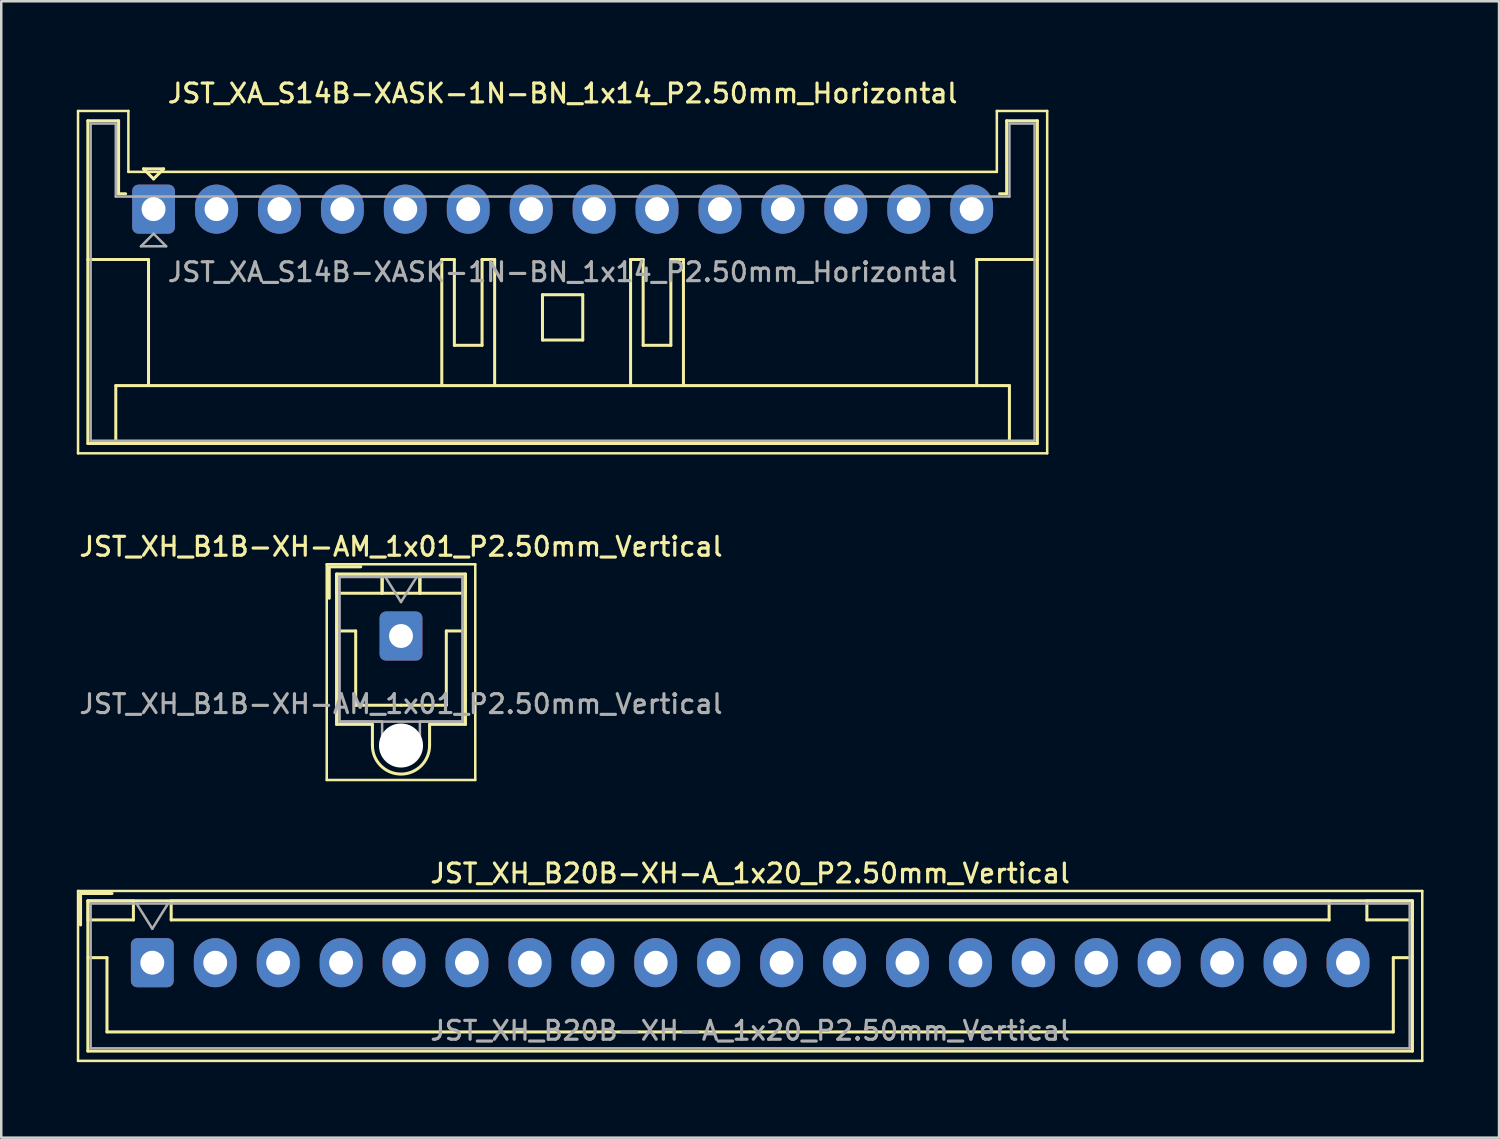
<source format=kicad_pcb>
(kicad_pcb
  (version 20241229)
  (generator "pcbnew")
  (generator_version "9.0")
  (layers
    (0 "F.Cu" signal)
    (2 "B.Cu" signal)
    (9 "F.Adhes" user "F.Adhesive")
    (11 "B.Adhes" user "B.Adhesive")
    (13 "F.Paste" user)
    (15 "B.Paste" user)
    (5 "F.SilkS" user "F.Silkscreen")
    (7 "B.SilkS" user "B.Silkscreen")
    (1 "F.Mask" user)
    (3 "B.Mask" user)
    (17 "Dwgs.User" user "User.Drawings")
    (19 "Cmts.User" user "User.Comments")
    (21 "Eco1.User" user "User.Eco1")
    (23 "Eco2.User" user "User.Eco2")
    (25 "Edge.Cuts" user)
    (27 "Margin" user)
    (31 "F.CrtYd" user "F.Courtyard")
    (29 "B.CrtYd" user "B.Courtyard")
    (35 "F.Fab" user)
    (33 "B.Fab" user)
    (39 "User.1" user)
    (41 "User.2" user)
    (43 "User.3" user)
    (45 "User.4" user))
  (footprint "JST_XH_B1B-XH-AM_1x01_P2.50mm_Vertical"
    (layer "F.Cu")
    (at 12.88 22.216)
    (property "Reference" "JST_XH_B1B-XH-AM_1x01_P2.50mm_Vertical" (at 0 -3.55 0) (layer "F.SilkS") (effects (font (size 0.75 0.75) (thickness 0.125))))
    (attr through_hole)
    (fp_line (start -2.95 -2.85) (end -2.95 5.72) (stroke (width 0.1) (type solid)) (layer "F.SilkS"))
    (fp_line (start -2.95 5.72) (end 2.95 5.72) (stroke (width 0.1) (type solid)) (layer "F.SilkS"))
    (fp_line (start -2.85 -2.75) (end -2.85 -1.5) (stroke (width 0.12) (type solid)) (layer "F.SilkS"))
    (fp_line (start -2.56 -2.46) (end 2.56 -2.46) (stroke (width 0.12) (type solid)) (layer "F.SilkS"))
    (fp_line (start -2.56 3.51) (end -2.56 -2.46) (stroke (width 0.12) (type solid)) (layer "F.SilkS"))
    (fp_line (start -2.55 -2.45) (end -2.55 -1.7) (stroke (width 0.12) (type solid)) (layer "F.SilkS"))
    (fp_line (start -2.55 -1.7) (end -0.75 -1.7) (stroke (width 0.12) (type solid)) (layer "F.SilkS"))
    (fp_line (start -2.55 -0.2) (end -1.8 -0.2) (stroke (width 0.12) (type solid)) (layer "F.SilkS"))
    (fp_line (start -1.8 -0.2) (end -1.8 2.75) (stroke (width 0.12) (type solid)) (layer "F.SilkS"))
    (fp_line (start -1.8 2.75) (end 0 2.75) (stroke (width 0.12) (type solid)) (layer "F.SilkS"))
    (fp_line (start -1.6 -2.75) (end -2.85 -2.75) (stroke (width 0.12) (type solid)) (layer "F.SilkS"))
    (fp_line (start -1.135 3.51) (end -2.56 3.51) (stroke (width 0.12) (type solid)) (layer "F.SilkS"))
    (fp_line (start -1.135 4.35) (end -1.135 3.51) (stroke (width 0.12) (type solid)) (layer "F.SilkS"))
    (fp_line (start -0.75 -2.45) (end -2.55 -2.45) (stroke (width 0.12) (type solid)) (layer "F.SilkS"))
    (fp_line (start -0.75 -2.45) (end 0.75 -2.45) (stroke (width 0.12) (type solid)) (layer "F.SilkS"))
    (fp_line (start -0.75 -1.7) (end -0.75 -2.45) (stroke (width 0.12) (type solid)) (layer "F.SilkS"))
    (fp_line (start -0.75 -1.7) (end -0.75 -2.45) (stroke (width 0.12) (type solid)) (layer "F.SilkS"))
    (fp_line (start 0.75 -2.45) (end 0.75 -1.7) (stroke (width 0.12) (type solid)) (layer "F.SilkS"))
    (fp_line (start 0.75 -2.45) (end 0.75 -1.7) (stroke (width 0.12) (type solid)) (layer "F.SilkS"))
    (fp_line (start 0.75 -1.7) (end -0.75 -1.7) (stroke (width 0.12) (type solid)) (layer "F.SilkS"))
    (fp_line (start 0.75 -1.7) (end 2.55 -1.7) (stroke (width 0.12) (type solid)) (layer "F.SilkS"))
    (fp_line (start 1.135 3.51) (end 1.135 4.35) (stroke (width 0.12) (type solid)) (layer "F.SilkS"))
    (fp_line (start 1.8 -0.2) (end 1.8 2.75) (stroke (width 0.12) (type solid)) (layer "F.SilkS"))
    (fp_line (start 1.8 2.75) (end 0 2.75) (stroke (width 0.12) (type solid)) (layer "F.SilkS"))
    (fp_line (start 2.55 -2.45) (end 0.75 -2.45) (stroke (width 0.12) (type solid)) (layer "F.SilkS"))
    (fp_line (start 2.55 -1.7) (end 2.55 -2.45) (stroke (width 0.12) (type solid)) (layer "F.SilkS"))
    (fp_line (start 2.55 -0.2) (end 1.8 -0.2) (stroke (width 0.12) (type solid)) (layer "F.SilkS"))
    (fp_line (start 2.56 -2.46) (end 2.56 3.51) (stroke (width 0.12) (type solid)) (layer "F.SilkS"))
    (fp_line (start 2.56 3.51) (end 1.135 3.51) (stroke (width 0.12) (type solid)) (layer "F.SilkS"))
    (fp_line (start 2.95 -2.85) (end -2.95 -2.85) (stroke (width 0.1) (type solid)) (layer "F.SilkS"))
    (fp_line (start 2.95 5.72) (end 2.95 -2.85) (stroke (width 0.1) (type solid)) (layer "F.SilkS"))
    (fp_arc (start 1.135 4.35) (mid 0 5.485) (end -1.135 4.35) (stroke (width 0.12) (type solid)) (layer "F.SilkS"))
    (fp_line (start -2.45 -2.35) (end -2.45 3.4) (stroke (width 0.1) (type solid)) (layer "F.Fab"))
    (fp_line (start -2.45 -2.35) (end 2.45 -2.35) (stroke (width 0.1) (type solid)) (layer "F.Fab"))
    (fp_line (start -2.45 3.4) (end -2.45 -2.35) (stroke (width 0.1) (type solid)) (layer "F.Fab"))
    (fp_line (start -2.45 3.4) (end 2.45 3.4) (stroke (width 0.1) (type solid)) (layer "F.Fab"))
    (fp_line (start -0.75 3.4) (end -2.45 3.4) (stroke (width 0.1) (type solid)) (layer "F.Fab"))
    (fp_line (start -0.75 4.35) (end -0.75 3.4) (stroke (width 0.1) (type solid)) (layer "F.Fab"))
    (fp_line (start -0.625 -2.35) (end 0 -1.35) (stroke (width 0.1) (type solid)) (layer "F.Fab"))
    (fp_line (start 0 -1.35) (end 0.625 -2.35) (stroke (width 0.1) (type solid)) (layer "F.Fab"))
    (fp_line (start 0.75 3.4) (end 0.75 4.35) (stroke (width 0.1) (type solid)) (layer "F.Fab"))
    (fp_line (start 2.45 -2.35) (end -2.45 -2.35) (stroke (width 0.1) (type solid)) (layer "F.Fab"))
    (fp_line (start 2.45 -2.35) (end 2.45 3.4) (stroke (width 0.1) (type solid)) (layer "F.Fab"))
    (fp_line (start 2.45 3.4) (end 0.75 3.4) (stroke (width 0.1) (type solid)) (layer "F.Fab"))
    (fp_line (start 2.45 3.4) (end 2.45 -2.35) (stroke (width 0.1) (type solid)) (layer "F.Fab"))
    (fp_arc (start 0.75 4.35) (mid 0 5.1) (end -0.75 4.35) (stroke (width 0.1) (type solid)) (layer "F.Fab"))
    (fp_text user "${REFERENCE}" (at 0 2.7 0) (layer "F.Fab") (effects (font (size 0.75 0.75) (thickness 0.125))))
    (pad "" np_thru_hole circle (at 0 4.35) (size 1.75 1.75) (drill 1.75) (layers "*.Cu" "*.Mask"))
    (pad "1" thru_hole roundrect (at 0 0) (size 1.7 1.95) (drill 0.95) (layers "*.Cu" "*.Mask") (roundrect_rratio 0.147)))
  (footprint "JST_XA_S14B-XASK-1N-BN_1x14_P2.50mm_Horizontal"
    (layer "F.Cu")
    (at 3.05 5.258)
    (property "Reference" "JST_XA_S14B-XASK-1N-BN_1x14_P2.50mm_Horizontal" (at 16.25 -4.6 0) (layer "F.SilkS") (effects (font (size 0.75 0.75) (thickness 0.125))))
    (attr through_hole)
    (fp_line (start -3 -3.9) (end -3 9.7) (stroke (width 0.1) (type solid)) (layer "F.SilkS"))
    (fp_line (start -3 9.7) (end 35.5 9.7) (stroke (width 0.1) (type solid)) (layer "F.SilkS"))
    (fp_line (start -2.61 -3.51) (end -2.61 9.31) (stroke (width 0.12) (type solid)) (layer "F.SilkS"))
    (fp_line (start -2.61 9.31) (end 35.11 9.31) (stroke (width 0.12) (type solid)) (layer "F.SilkS"))
    (fp_line (start -1.5 7.01) (end 34 7.01) (stroke (width 0.12) (type solid)) (layer "F.SilkS"))
    (fp_line (start -1.5 9.31) (end -1.5 7.01) (stroke (width 0.12) (type solid)) (layer "F.SilkS"))
    (fp_line (start -1.39 -3.51) (end -2.61 -3.51) (stroke (width 0.12) (type solid)) (layer "F.SilkS"))
    (fp_line (start -1.39 -0.61) (end -1.39 -3.51) (stroke (width 0.12) (type solid)) (layer "F.SilkS"))
    (fp_line (start -1.11 -0.61) (end -1.39 -0.61) (stroke (width 0.12) (type solid)) (layer "F.SilkS"))
    (fp_line (start -1 -3.9) (end -3 -3.9) (stroke (width 0.1) (type solid)) (layer "F.SilkS"))
    (fp_line (start -1 -1.48) (end -1 -3.9) (stroke (width 0.1) (type solid)) (layer "F.SilkS"))
    (fp_line (start -0.4 -1.6) (end 0.4 -1.6) (stroke (width 0.12) (type solid)) (layer "F.SilkS"))
    (fp_line (start -0.2 2) (end -2.61 2) (stroke (width 0.12) (type solid)) (layer "F.SilkS"))
    (fp_line (start -0.2 7.01) (end -0.2 2) (stroke (width 0.12) (type solid)) (layer "F.SilkS"))
    (fp_line (start 0 -1.2) (end -0.4 -1.6) (stroke (width 0.12) (type solid)) (layer "F.SilkS"))
    (fp_line (start 0.4 -1.6) (end 0 -1.2) (stroke (width 0.12) (type solid)) (layer "F.SilkS"))
    (fp_line (start 11.45 2) (end 11.45 7.01) (stroke (width 0.12) (type solid)) (layer "F.SilkS"))
    (fp_line (start 11.95 2) (end 11.45 2) (stroke (width 0.12) (type solid)) (layer "F.SilkS"))
    (fp_line (start 11.95 5.41) (end 11.95 2) (stroke (width 0.12) (type solid)) (layer "F.SilkS"))
    (fp_line (start 13.05 2) (end 13.05 5.41) (stroke (width 0.12) (type solid)) (layer "F.SilkS"))
    (fp_line (start 13.05 5.41) (end 11.95 5.41) (stroke (width 0.12) (type solid)) (layer "F.SilkS"))
    (fp_line (start 13.55 2) (end 13.05 2) (stroke (width 0.12) (type solid)) (layer "F.SilkS"))
    (fp_line (start 13.55 7.01) (end 13.55 2) (stroke (width 0.12) (type solid)) (layer "F.SilkS"))
    (fp_line (start 15.45 3.4) (end 17.05 3.4) (stroke (width 0.12) (type solid)) (layer "F.SilkS"))
    (fp_line (start 15.45 5.2) (end 15.45 3.4) (stroke (width 0.12) (type solid)) (layer "F.SilkS"))
    (fp_line (start 17.05 3.4) (end 17.05 5.2) (stroke (width 0.12) (type solid)) (layer "F.SilkS"))
    (fp_line (start 17.05 5.2) (end 15.45 5.2) (stroke (width 0.12) (type solid)) (layer "F.SilkS"))
    (fp_line (start 18.95 2) (end 19.45 2) (stroke (width 0.12) (type solid)) (layer "F.SilkS"))
    (fp_line (start 18.95 7.01) (end 18.95 2) (stroke (width 0.12) (type solid)) (layer "F.SilkS"))
    (fp_line (start 19.45 2) (end 19.45 5.41) (stroke (width 0.12) (type solid)) (layer "F.SilkS"))
    (fp_line (start 19.45 5.41) (end 20.55 5.41) (stroke (width 0.12) (type solid)) (layer "F.SilkS"))
    (fp_line (start 20.55 2) (end 21.05 2) (stroke (width 0.12) (type solid)) (layer "F.SilkS"))
    (fp_line (start 20.55 5.41) (end 20.55 2) (stroke (width 0.12) (type solid)) (layer "F.SilkS"))
    (fp_line (start 21.05 2) (end 21.05 7.01) (stroke (width 0.12) (type solid)) (layer "F.SilkS"))
    (fp_line (start 32.7 2) (end 35.11 2) (stroke (width 0.12) (type solid)) (layer "F.SilkS"))
    (fp_line (start 32.7 7.01) (end 32.7 2) (stroke (width 0.12) (type solid)) (layer "F.SilkS"))
    (fp_line (start 33.5 -3.9) (end 33.5 -1.48) (stroke (width 0.1) (type solid)) (layer "F.SilkS"))
    (fp_line (start 33.5 -1.48) (end -1 -1.48) (stroke (width 0.1) (type solid)) (layer "F.SilkS"))
    (fp_line (start 33.89 -3.51) (end 33.89 -0.61) (stroke (width 0.12) (type solid)) (layer "F.SilkS"))
    (fp_line (start 33.89 -0.61) (end 33.61 -0.61) (stroke (width 0.12) (type solid)) (layer "F.SilkS"))
    (fp_line (start 34 7.01) (end 34 9.31) (stroke (width 0.12) (type solid)) (layer "F.SilkS"))
    (fp_line (start 35.11 -3.51) (end 33.89 -3.51) (stroke (width 0.12) (type solid)) (layer "F.SilkS"))
    (fp_line (start 35.11 9.31) (end 35.11 -3.51) (stroke (width 0.12) (type solid)) (layer "F.SilkS"))
    (fp_line (start 35.5 -3.9) (end 33.5 -3.9) (stroke (width 0.1) (type solid)) (layer "F.SilkS"))
    (fp_line (start 35.5 9.7) (end 35.5 -3.9) (stroke (width 0.1) (type solid)) (layer "F.SilkS"))
    (fp_line (start -2.5 -3.4) (end -2.5 9.2) (stroke (width 0.1) (type solid)) (layer "F.Fab"))
    (fp_line (start -2.5 9.2) (end 35 9.2) (stroke (width 0.1) (type solid)) (layer "F.Fab"))
    (fp_line (start -1.5 -3.4) (end -2.5 -3.4) (stroke (width 0.1) (type solid)) (layer "F.Fab"))
    (fp_line (start -1.5 -0.5) (end -1.5 -3.4) (stroke (width 0.1) (type solid)) (layer "F.Fab"))
    (fp_line (start -0.5 1.475) (end 0.5 1.475) (stroke (width 0.1) (type solid)) (layer "F.Fab"))
    (fp_line (start 0 0.975) (end -0.5 1.475) (stroke (width 0.1) (type solid)) (layer "F.Fab"))
    (fp_line (start 0.5 1.475) (end 0 0.975) (stroke (width 0.1) (type solid)) (layer "F.Fab"))
    (fp_line (start 34 -3.4) (end 34 -0.5) (stroke (width 0.1) (type solid)) (layer "F.Fab"))
    (fp_line (start 34 -0.5) (end -1.5 -0.5) (stroke (width 0.1) (type solid)) (layer "F.Fab"))
    (fp_line (start 35 -3.4) (end 34 -3.4) (stroke (width 0.1) (type solid)) (layer "F.Fab"))
    (fp_line (start 35 9.2) (end 35 -3.4) (stroke (width 0.1) (type solid)) (layer "F.Fab"))
    (fp_text user "${REFERENCE}" (at 16.25 2.5 0) (layer "F.Fab") (effects (font (size 0.75 0.75) (thickness 0.125))))
    (pad "1" thru_hole roundrect (at 0 0) (size 1.7 1.95) (drill 0.95) (layers "*.Cu" "*.Mask") (roundrect_rratio 0.147))
    (pad "2" thru_hole oval (at 2.5 0) (size 1.7 1.95) (drill 0.95) (layers "*.Cu" "*.Mask"))
    (pad "3" thru_hole oval (at 5 0) (size 1.7 1.95) (drill 0.95) (layers "*.Cu" "*.Mask"))
    (pad "4" thru_hole oval (at 7.5 0) (size 1.7 1.95) (drill 0.95) (layers "*.Cu" "*.Mask"))
    (pad "5" thru_hole oval (at 10 0) (size 1.7 1.95) (drill 0.95) (layers "*.Cu" "*.Mask"))
    (pad "6" thru_hole oval (at 12.5 0) (size 1.7 1.95) (drill 0.95) (layers "*.Cu" "*.Mask"))
    (pad "7" thru_hole oval (at 15 0) (size 1.7 1.95) (drill 0.95) (layers "*.Cu" "*.Mask"))
    (pad "8" thru_hole oval (at 17.5 0) (size 1.7 1.95) (drill 0.95) (layers "*.Cu" "*.Mask"))
    (pad "9" thru_hole oval (at 20 0) (size 1.7 1.95) (drill 0.95) (layers "*.Cu" "*.Mask"))
    (pad "10" thru_hole oval (at 22.5 0) (size 1.7 1.95) (drill 0.95) (layers "*.Cu" "*.Mask"))
    (pad "11" thru_hole oval (at 25 0) (size 1.7 1.95) (drill 0.95) (layers "*.Cu" "*.Mask"))
    (pad "12" thru_hole oval (at 27.5 0) (size 1.7 1.95) (drill 0.95) (layers "*.Cu" "*.Mask"))
    (pad "13" thru_hole oval (at 30 0) (size 1.7 1.95) (drill 0.95) (layers "*.Cu" "*.Mask"))
    (pad "14" thru_hole oval (at 32.5 0) (size 1.7 1.95) (drill 0.95) (layers "*.Cu" "*.Mask")))
  (footprint "JST_XH_B20B-XH-A_1x20_P2.50mm_Vertical"
    (layer "F.Cu")
    (at 3 35.194)
    (property "Reference" "JST_XH_B20B-XH-A_1x20_P2.50mm_Vertical" (at 23.75 -3.55 0) (layer "F.SilkS") (effects (font (size 0.75 0.75) (thickness 0.125))))
    (attr through_hole)
    (fp_line (start -2.95 -2.85) (end -2.95 3.9) (stroke (width 0.1) (type solid)) (layer "F.SilkS"))
    (fp_line (start -2.95 3.9) (end 50.45 3.9) (stroke (width 0.1) (type solid)) (layer "F.SilkS"))
    (fp_line (start -2.85 -2.75) (end -2.85 -1.5) (stroke (width 0.12) (type solid)) (layer "F.SilkS"))
    (fp_line (start -2.56 -2.46) (end -2.56 3.51) (stroke (width 0.12) (type solid)) (layer "F.SilkS"))
    (fp_line (start -2.56 3.51) (end 50.06 3.51) (stroke (width 0.12) (type solid)) (layer "F.SilkS"))
    (fp_line (start -2.55 -2.45) (end -2.55 -1.7) (stroke (width 0.12) (type solid)) (layer "F.SilkS"))
    (fp_line (start -2.55 -1.7) (end -0.75 -1.7) (stroke (width 0.12) (type solid)) (layer "F.SilkS"))
    (fp_line (start -2.55 -0.2) (end -1.8 -0.2) (stroke (width 0.12) (type solid)) (layer "F.SilkS"))
    (fp_line (start -1.8 -0.2) (end -1.8 2.75) (stroke (width 0.12) (type solid)) (layer "F.SilkS"))
    (fp_line (start -1.8 2.75) (end 23.75 2.75) (stroke (width 0.12) (type solid)) (layer "F.SilkS"))
    (fp_line (start -1.6 -2.75) (end -2.85 -2.75) (stroke (width 0.12) (type solid)) (layer "F.SilkS"))
    (fp_line (start -0.75 -2.45) (end -2.55 -2.45) (stroke (width 0.12) (type solid)) (layer "F.SilkS"))
    (fp_line (start -0.75 -1.7) (end -0.75 -2.45) (stroke (width 0.12) (type solid)) (layer "F.SilkS"))
    (fp_line (start 0.75 -2.45) (end 0.75 -1.7) (stroke (width 0.12) (type solid)) (layer "F.SilkS"))
    (fp_line (start 0.75 -1.7) (end 46.75 -1.7) (stroke (width 0.12) (type solid)) (layer "F.SilkS"))
    (fp_line (start 46.75 -2.45) (end 0.75 -2.45) (stroke (width 0.12) (type solid)) (layer "F.SilkS"))
    (fp_line (start 46.75 -1.7) (end 46.75 -2.45) (stroke (width 0.12) (type solid)) (layer "F.SilkS"))
    (fp_line (start 48.25 -2.45) (end 48.25 -1.7) (stroke (width 0.12) (type solid)) (layer "F.SilkS"))
    (fp_line (start 48.25 -1.7) (end 50.05 -1.7) (stroke (width 0.12) (type solid)) (layer "F.SilkS"))
    (fp_line (start 49.3 -0.2) (end 49.3 2.75) (stroke (width 0.12) (type solid)) (layer "F.SilkS"))
    (fp_line (start 49.3 2.75) (end 23.75 2.75) (stroke (width 0.12) (type solid)) (layer "F.SilkS"))
    (fp_line (start 50.05 -2.45) (end 48.25 -2.45) (stroke (width 0.12) (type solid)) (layer "F.SilkS"))
    (fp_line (start 50.05 -1.7) (end 50.05 -2.45) (stroke (width 0.12) (type solid)) (layer "F.SilkS"))
    (fp_line (start 50.05 -0.2) (end 49.3 -0.2) (stroke (width 0.12) (type solid)) (layer "F.SilkS"))
    (fp_line (start 50.06 -2.46) (end -2.56 -2.46) (stroke (width 0.12) (type solid)) (layer "F.SilkS"))
    (fp_line (start 50.06 3.51) (end 50.06 -2.46) (stroke (width 0.12) (type solid)) (layer "F.SilkS"))
    (fp_line (start 50.45 -2.85) (end -2.95 -2.85) (stroke (width 0.1) (type solid)) (layer "F.SilkS"))
    (fp_line (start 50.45 3.9) (end 50.45 -2.85) (stroke (width 0.1) (type solid)) (layer "F.SilkS"))
    (fp_line (start -2.45 -2.35) (end -2.45 3.4) (stroke (width 0.1) (type solid)) (layer "F.Fab"))
    (fp_line (start -2.45 3.4) (end 49.95 3.4) (stroke (width 0.1) (type solid)) (layer "F.Fab"))
    (fp_line (start -0.625 -2.35) (end 0 -1.35) (stroke (width 0.1) (type solid)) (layer "F.Fab"))
    (fp_line (start 0 -1.35) (end 0.625 -2.35) (stroke (width 0.1) (type solid)) (layer "F.Fab"))
    (fp_line (start 49.95 -2.35) (end -2.45 -2.35) (stroke (width 0.1) (type solid)) (layer "F.Fab"))
    (fp_line (start 49.95 3.4) (end 49.95 -2.35) (stroke (width 0.1) (type solid)) (layer "F.Fab"))
    (fp_text user "${REFERENCE}" (at 23.75 2.7 0) (layer "F.Fab") (effects (font (size 0.75 0.75) (thickness 0.125))))
    (pad "1" thru_hole roundrect (at 0 0) (size 1.7 1.95) (drill 0.95) (layers "*.Cu" "*.Mask") (roundrect_rratio 0.147))
    (pad "2" thru_hole oval (at 2.5 0) (size 1.7 1.95) (drill 0.95) (layers "*.Cu" "*.Mask"))
    (pad "3" thru_hole oval (at 5 0) (size 1.7 1.95) (drill 0.95) (layers "*.Cu" "*.Mask"))
    (pad "4" thru_hole oval (at 7.5 0) (size 1.7 1.95) (drill 0.95) (layers "*.Cu" "*.Mask"))
    (pad "5" thru_hole oval (at 10 0) (size 1.7 1.95) (drill 0.95) (layers "*.Cu" "*.Mask"))
    (pad "6" thru_hole oval (at 12.5 0) (size 1.7 1.95) (drill 0.95) (layers "*.Cu" "*.Mask"))
    (pad "7" thru_hole oval (at 15 0) (size 1.7 1.95) (drill 0.95) (layers "*.Cu" "*.Mask"))
    (pad "8" thru_hole oval (at 17.5 0) (size 1.7 1.95) (drill 0.95) (layers "*.Cu" "*.Mask"))
    (pad "9" thru_hole oval (at 20 0) (size 1.7 1.95) (drill 0.95) (layers "*.Cu" "*.Mask"))
    (pad "10" thru_hole oval (at 22.5 0) (size 1.7 1.95) (drill 0.95) (layers "*.Cu" "*.Mask"))
    (pad "11" thru_hole oval (at 25 0) (size 1.7 1.95) (drill 0.95) (layers "*.Cu" "*.Mask"))
    (pad "12" thru_hole oval (at 27.5 0) (size 1.7 1.95) (drill 0.95) (layers "*.Cu" "*.Mask"))
    (pad "13" thru_hole oval (at 30 0) (size 1.7 1.95) (drill 0.95) (layers "*.Cu" "*.Mask"))
    (pad "14" thru_hole oval (at 32.5 0) (size 1.7 1.95) (drill 0.95) (layers "*.Cu" "*.Mask"))
    (pad "15" thru_hole oval (at 35 0) (size 1.7 1.95) (drill 0.95) (layers "*.Cu" "*.Mask"))
    (pad "16" thru_hole oval (at 37.5 0) (size 1.7 1.95) (drill 0.95) (layers "*.Cu" "*.Mask"))
    (pad "17" thru_hole oval (at 40 0) (size 1.7 1.95) (drill 0.95) (layers "*.Cu" "*.Mask"))
    (pad "18" thru_hole oval (at 42.5 0) (size 1.7 1.95) (drill 0.95) (layers "*.Cu" "*.Mask"))
    (pad "19" thru_hole oval (at 45 0) (size 1.7 1.95) (drill 0.95) (layers "*.Cu" "*.Mask"))
    (pad "20" thru_hole oval (at 47.5 0) (size 1.7 1.95) (drill 0.95) (layers "*.Cu" "*.Mask")))
  (gr_rect
    (start -3 -3)
    (end 56.5 42.144)
    (stroke (width 0.1) (type default))
    (fill no)
    (layer "Edge.Cuts")))
</source>
